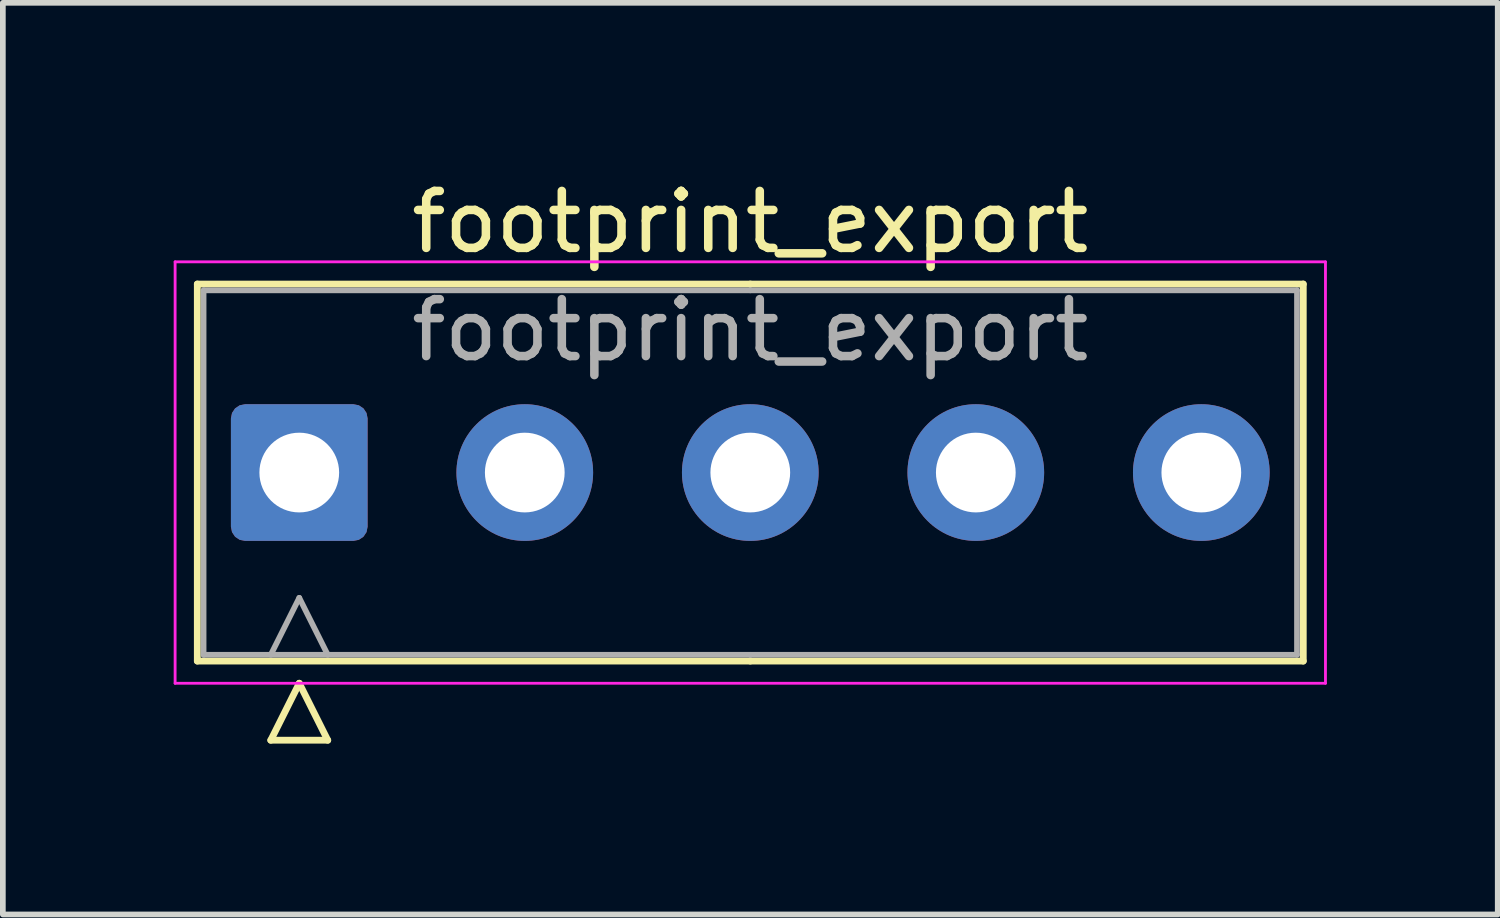
<source format=kicad_pcb>
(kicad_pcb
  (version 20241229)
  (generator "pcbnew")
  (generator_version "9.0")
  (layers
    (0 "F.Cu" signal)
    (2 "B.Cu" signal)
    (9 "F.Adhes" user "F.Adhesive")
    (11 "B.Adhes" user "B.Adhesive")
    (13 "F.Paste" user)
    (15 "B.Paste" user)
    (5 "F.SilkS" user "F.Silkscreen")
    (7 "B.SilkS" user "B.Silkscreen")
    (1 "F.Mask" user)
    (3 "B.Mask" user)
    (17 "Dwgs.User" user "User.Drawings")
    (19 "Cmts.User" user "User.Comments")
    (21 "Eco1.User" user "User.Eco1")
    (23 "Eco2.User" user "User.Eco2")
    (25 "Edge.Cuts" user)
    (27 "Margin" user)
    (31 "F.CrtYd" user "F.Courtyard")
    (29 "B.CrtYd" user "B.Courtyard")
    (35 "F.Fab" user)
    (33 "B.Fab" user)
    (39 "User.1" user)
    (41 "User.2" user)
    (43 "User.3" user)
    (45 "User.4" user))
  (footprint "footprint_export"
    (layer "F.Cu")
    (at 2.205 5.248)
    (property "Reference" "footprint_export" (at 7.92 -4.4 0) (layer "F.SilkS") (effects (font (size 1 1) (thickness 0.15))))
    (attr through_hole)
    (fp_line (start -1.79 -3.31) (end -1.79 3.31) (stroke (width 0.12) (type solid)) (layer "F.SilkS"))
    (fp_line (start -1.79 3.31) (end 7.92 3.31) (stroke (width 0.12) (type solid)) (layer "F.SilkS"))
    (fp_line (start -0.5 4.7) (end 0 3.7) (stroke (width 0.12) (type solid)) (layer "F.SilkS"))
    (fp_line (start 0 3.7) (end 0.5 4.7) (stroke (width 0.12) (type solid)) (layer "F.SilkS"))
    (fp_line (start 0.5 4.7) (end -0.5 4.7) (stroke (width 0.12) (type solid)) (layer "F.SilkS"))
    (fp_line (start 7.92 -3.31) (end -1.79 -3.31) (stroke (width 0.12) (type solid)) (layer "F.SilkS"))
    (fp_line (start 7.92 -3.31) (end 17.63 -3.31) (stroke (width 0.12) (type solid)) (layer "F.SilkS"))
    (fp_line (start 17.63 -3.31) (end 17.63 3.31) (stroke (width 0.12) (type solid)) (layer "F.SilkS"))
    (fp_line (start 17.63 3.31) (end 7.92 3.31) (stroke (width 0.12) (type solid)) (layer "F.SilkS"))
    (fp_line (start -2.18 -3.7) (end -2.18 3.7) (stroke (width 0.05) (type solid)) (layer "F.CrtYd"))
    (fp_line (start -2.18 3.7) (end 18.02 3.7) (stroke (width 0.05) (type solid)) (layer "F.CrtYd"))
    (fp_line (start 18.02 -3.7) (end -2.18 -3.7) (stroke (width 0.05) (type solid)) (layer "F.CrtYd"))
    (fp_line (start 18.02 3.7) (end 18.02 -3.7) (stroke (width 0.05) (type solid)) (layer "F.CrtYd"))
    (fp_line (start -1.68 -3.2) (end -1.68 3.2) (stroke (width 0.1) (type solid)) (layer "F.Fab"))
    (fp_line (start -1.68 3.2) (end 7.92 3.2) (stroke (width 0.1) (type solid)) (layer "F.Fab"))
    (fp_line (start -0.5 3.2) (end 0 2.2) (stroke (width 0.1) (type solid)) (layer "F.Fab"))
    (fp_line (start 0 2.2) (end 0.5 3.2) (stroke (width 0.1) (type solid)) (layer "F.Fab"))
    (fp_line (start 7.92 -3.2) (end -1.68 -3.2) (stroke (width 0.1) (type solid)) (layer "F.Fab"))
    (fp_line (start 7.92 -3.2) (end 17.52 -3.2) (stroke (width 0.1) (type solid)) (layer "F.Fab"))
    (fp_line (start 17.52 -3.2) (end 17.52 3.2) (stroke (width 0.1) (type solid)) (layer "F.Fab"))
    (fp_line (start 17.52 3.2) (end 7.92 3.2) (stroke (width 0.1) (type solid)) (layer "F.Fab"))
    (fp_text user "${REFERENCE}" (at 7.92 -2.5 0) (layer "F.Fab") (effects (font (size 1 1) (thickness 0.15))))
    (pad "1" thru_hole roundrect (at 0 0) (size 2.4 2.4) (drill 1.4) (layers "*.Cu" "*.Mask") (roundrect_rratio 0.104))
    (pad "2" thru_hole circle (at 3.96 0) (size 2.4 2.4) (drill 1.4) (layers "*.Cu" "*.Mask"))
    (pad "3" thru_hole circle (at 7.92 0) (size 2.4 2.4) (drill 1.4) (layers "*.Cu" "*.Mask"))
    (pad "4" thru_hole circle (at 11.88 0) (size 2.4 2.4) (drill 1.4) (layers "*.Cu" "*.Mask"))
    (pad "5" thru_hole circle (at 15.84 0) (size 2.4 2.4) (drill 1.4) (layers "*.Cu" "*.Mask")))
  (gr_rect
    (start -3 -3)
    (end 23.25 13.008)
    (stroke (width 0.1) (type default))
    (fill no)
    (layer "Edge.Cuts")))
</source>
